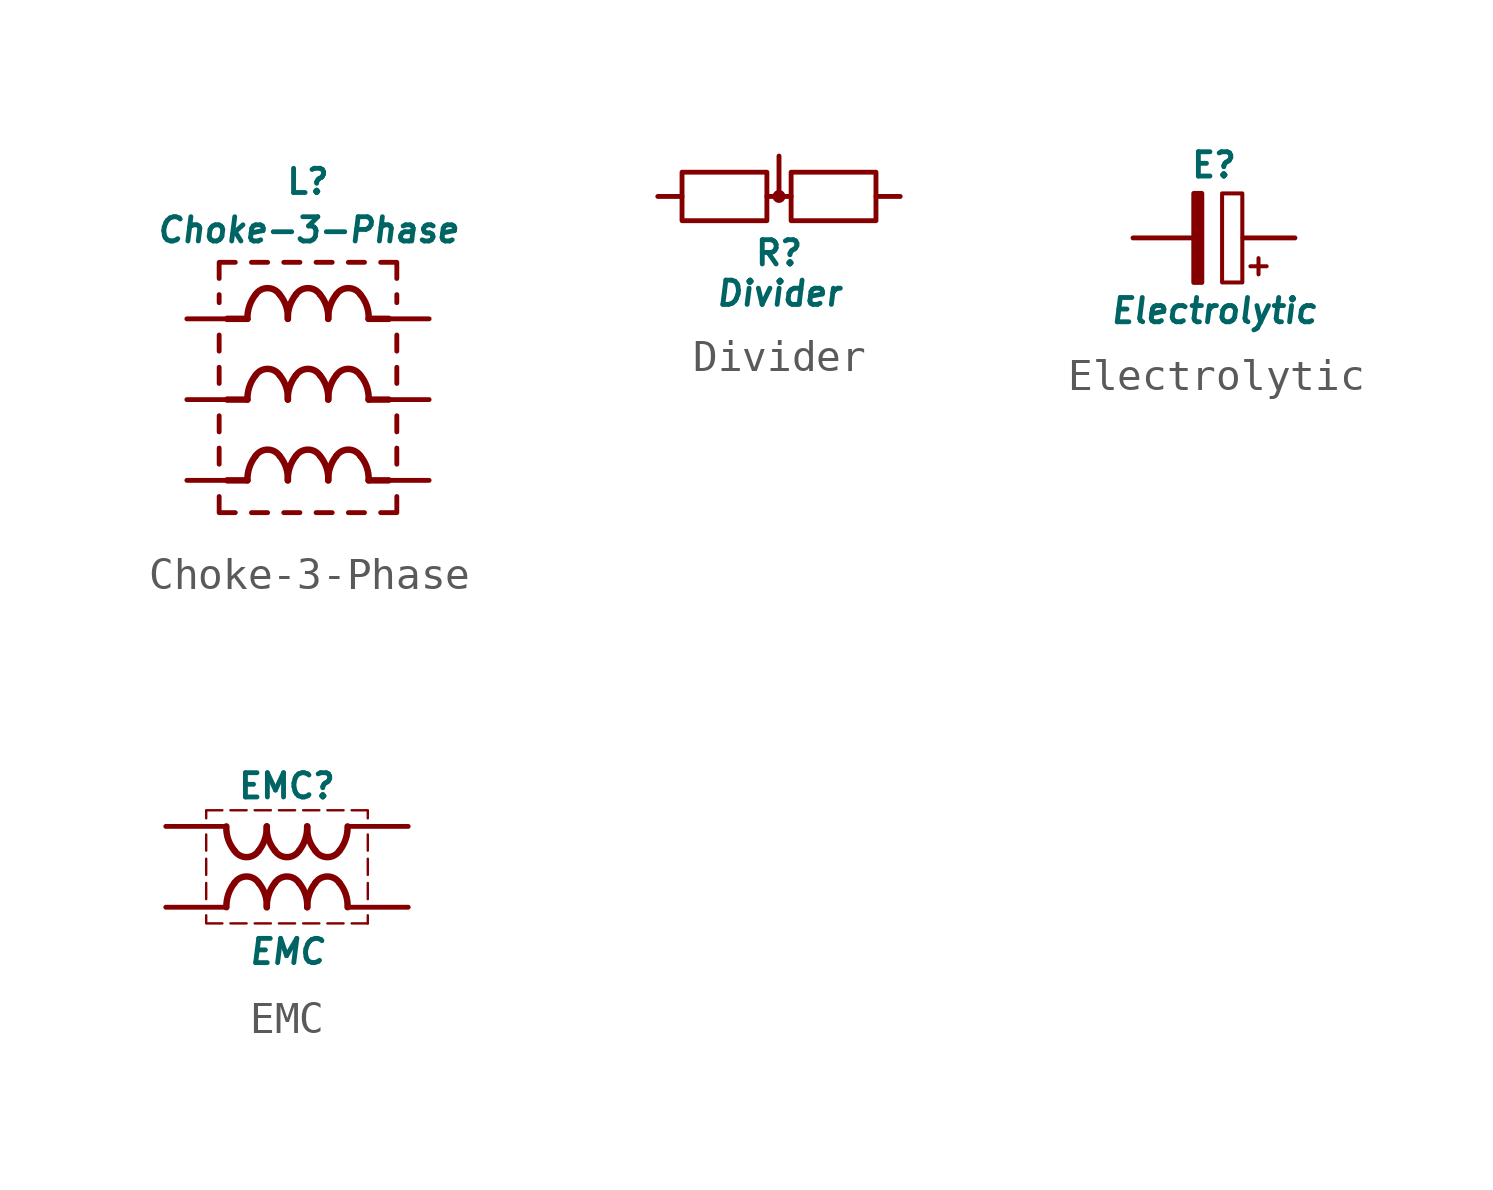
<source format=kicad_sym>
(kicad_symbol_lib
  (version 20220914)
  (generator kicad_symbol_editor)
  (symbol "Choke-3-Phase"
    (pin_numbers hide)
    (pin_names
      (offset 0) hide)
    (property "Reference" "L"
      (at 0 6.858 0)
      (effects (font (size 0.762 0.762))))
    (property "Value" "Choke-3-Phase"
      (at 0 5.334 0)
      (effects (font (size 0.762 0.762) italic)))
    (symbol "Choke-3-Phase_0_1"
      (arc (start -1.651 -1.778) (mid -1.844 -2.137) (end -1.905 -2.54) (stroke (width 0.2032) (type solid)) (fill (type none)))
      (arc (start -1.651 0.762) (mid -1.844 0.403) (end -1.905 0) (stroke (width 0.2032) (type solid)) (fill (type none)))
      (arc (start -1.651 3.302) (mid -1.844 2.943) (end -1.905 2.54) (stroke (width 0.2032) (type solid)) (fill (type none)))
      (arc (start -0.889 -1.778) (mid -1.27 -1.5741) (end -1.651 -1.778) (stroke (width 0.2032) (type solid)) (fill (type none)))
      (arc (start -0.889 0.762) (mid -1.27 0.9659) (end -1.651 0.762) (stroke (width 0.2032) (type solid)) (fill (type none)))
      (arc (start -0.889 3.302) (mid -1.27 3.5059) (end -1.651 3.302) (stroke (width 0.2032) (type solid)) (fill (type none)))
      (arc (start -0.635 -2.54) (mid -0.6913 -2.1354) (end -0.889 -1.778) (stroke (width 0.2032) (type solid)) (fill (type none)))
      (arc (start -0.635 0) (mid -0.6913 0.4046) (end -0.889 0.762) (stroke (width 0.2032) (type solid)) (fill (type none)))
      (arc (start -0.635 2.54) (mid -0.6913 2.9446) (end -0.889 3.302) (stroke (width 0.2032) (type solid)) (fill (type none)))
      (arc (start -0.381 -1.778) (mid -0.5741 -2.137) (end -0.635 -2.54) (stroke (width 0.2032) (type solid)) (fill (type none)))
      (arc (start -0.381 0.762) (mid -0.5741 0.403) (end -0.635 0) (stroke (width 0.2032) (type solid)) (fill (type none)))
      (arc (start -0.381 3.302) (mid -0.5741 2.943) (end -0.635 2.54) (stroke (width 0.2032) (type solid)) (fill (type none)))
      (polyline (pts (xy -2.794 -2.032) (xy -2.794 -1.524)) (stroke (width 0) (type default)) (fill (type none)))
      (polyline (pts (xy -2.794 -1.016) (xy -2.794 -0.508)) (stroke (width 0) (type default)) (fill (type none)))
      (polyline (pts (xy -2.794 0.508) (xy -2.794 1.016)) (stroke (width 0) (type default)) (fill (type none)))
      (polyline (pts (xy -2.794 1.524) (xy -2.794 2.032)) (stroke (width 0) (type default)) (fill (type none)))
      (polyline (pts (xy -2.794 3.048) (xy -2.794 3.302)) (stroke (width 0) (type default)) (fill (type none)))
      (polyline (pts (xy -1.778 -3.556) (xy -1.27 -3.556)) (stroke (width 0) (type default)) (fill (type none)))
      (polyline (pts (xy -1.27 4.318) (xy -1.778 4.318)) (stroke (width 0) (type default)) (fill (type none)))
      (polyline (pts (xy -0.762 -3.556) (xy -0.254 -3.556)) (stroke (width 0) (type default)) (fill (type none)))
      (polyline (pts (xy -0.254 4.318) (xy -0.762 4.318)) (stroke (width 0) (type default)) (fill (type none)))
      (polyline (pts (xy 0.254 -3.556) (xy 0.762 -3.556)) (stroke (width 0) (type default)) (fill (type none)))
      (polyline (pts (xy 0.762 4.318) (xy 0.254 4.318)) (stroke (width 0) (type default)) (fill (type none)))
      (polyline (pts (xy 1.27 -3.556) (xy 1.778 -3.556)) (stroke (width 0) (type default)) (fill (type none)))
      (polyline (pts (xy 1.778 4.318) (xy 1.27 4.318)) (stroke (width 0) (type default)) (fill (type none)))
      (polyline (pts (xy 2.794 -2.032) (xy 2.794 -1.524)) (stroke (width 0) (type default)) (fill (type none)))
      (polyline (pts (xy 2.794 -1.016) (xy 2.794 -0.508)) (stroke (width 0) (type default)) (fill (type none)))
      (polyline (pts (xy 2.794 0.508) (xy 2.794 1.016)) (stroke (width 0) (type default)) (fill (type none)))
      (polyline (pts (xy 2.794 1.524) (xy 2.794 2.032)) (stroke (width 0) (type default)) (fill (type none)))
      (polyline (pts (xy 2.794 3.048) (xy 2.794 3.302)) (stroke (width 0) (type default)) (fill (type none)))
      (polyline (pts (xy -2.794 3.81) (xy -2.794 4.318) (xy -2.286 4.318)) (stroke (width 0) (type default)) (fill (type none)))
      (polyline (pts (xy -2.286 -3.556) (xy -2.794 -3.556) (xy -2.794 -3.048)) (stroke (width 0) (type default)) (fill (type none)))
      (polyline (pts (xy 2.286 4.318) (xy 2.794 4.318) (xy 2.794 3.81)) (stroke (width 0) (type default)) (fill (type none)))
      (polyline (pts (xy 2.794 -3.048) (xy 2.794 -3.556) (xy 2.286 -3.556)) (stroke (width 0) (type default)) (fill (type none)))
      (arc (start 0.381 -1.778) (mid 0 -1.5741) (end -0.381 -1.778) (stroke (width 0.2032) (type solid)) (fill (type none)))
      (arc (start 0.381 0.762) (mid 0 0.9659) (end -0.381 0.762) (stroke (width 0.2032) (type solid)) (fill (type none)))
      (arc (start 0.381 3.302) (mid 0 3.5059) (end -0.381 3.302) (stroke (width 0.2032) (type solid)) (fill (type none)))
      (arc (start 0.635 -2.54) (mid 0.5787 -2.1354) (end 0.381 -1.778) (stroke (width 0.2032) (type solid)) (fill (type none)))
      (arc (start 0.635 0) (mid 0.5787 0.4046) (end 0.381 0.762) (stroke (width 0.2032) (type solid)) (fill (type none)))
      (arc (start 0.635 2.54) (mid 0.5787 2.9446) (end 0.381 3.302) (stroke (width 0.2032) (type solid)) (fill (type none)))
      (arc (start 0.889 -1.778) (mid 0.6959 -2.137) (end 0.635 -2.54) (stroke (width 0.2032) (type solid)) (fill (type none)))
      (arc (start 0.889 0.762) (mid 0.6959 0.403) (end 0.635 0) (stroke (width 0.2032) (type solid)) (fill (type none)))
      (arc (start 0.889 3.302) (mid 0.6959 2.943) (end 0.635 2.54) (stroke (width 0.2032) (type solid)) (fill (type none)))
      (arc (start 1.651 -1.778) (mid 1.27 -1.5741) (end 0.889 -1.778) (stroke (width 0.2032) (type solid)) (fill (type none)))
      (arc (start 1.651 0.762) (mid 1.27 0.9659) (end 0.889 0.762) (stroke (width 0.2032) (type solid)) (fill (type none)))
      (arc (start 1.651 3.302) (mid 1.27 3.5059) (end 0.889 3.302) (stroke (width 0.2032) (type solid)) (fill (type none)))
      (arc (start 1.905 -2.54) (mid 1.8488 -2.1354) (end 1.651 -1.778) (stroke (width 0.2032) (type solid)) (fill (type none)))
      (arc (start 1.905 0) (mid 1.8488 0.4046) (end 1.651 0.762) (stroke (width 0.2032) (type solid)) (fill (type none)))
      (arc (start 1.905 2.54) (mid 1.8488 2.9446) (end 1.651 3.302) (stroke (width 0.2032) (type solid)) (fill (type none))))
    (symbol "Choke-3-Phase_1_1"
      (polyline (pts (xy -1.905 -2.54) (xy -2.54 -2.54)) (stroke (width 0.203) (type default)) (fill (type none)))
      (polyline (pts (xy -1.905 0) (xy -2.54 0)) (stroke (width 0.203) (type default)) (fill (type none)))
      (polyline (pts (xy -1.905 2.54) (xy -2.54 2.54)) (stroke (width 0.203) (type default)) (fill (type none)))
      (polyline (pts (xy 2.54 -2.54) (xy 1.905 -2.54)) (stroke (width 0.203) (type default)) (fill (type none)))
      (polyline (pts (xy 2.54 0) (xy 1.905 0)) (stroke (width 0.203) (type default)) (fill (type none)))
      (polyline (pts (xy 2.54 2.54) (xy 1.905 2.54)) (stroke (width 0.203) (type default)) (fill (type none)))
      (pin passive line (at -3.81 2.54 0) (length 1.27) (name "L1P1" (effects (font (size 0.508 0.508)))) (number "1" (effects (font (size 0.508 0.508)))))
      (pin passive line (at 3.81 2.54 180) (length 1.27) (name "L1P2" (effects (font (size 0.508 0.508)))) (number "2" (effects (font (size 0.508 0.508)))))
      (pin passive line (at -3.81 0 0) (length 1.27) (name "L2P1" (effects (font (size 0.508 0.508)))) (number "3" (effects (font (size 0.508 0.508)))))
      (pin passive line (at 3.81 0 180) (length 1.27) (name "L2P2" (effects (font (size 0.508 0.508)))) (number "4" (effects (font (size 0.508 0.508)))))
      (pin passive line (at -3.81 -2.54 0) (length 1.27) (name "L3P1" (effects (font (size 0.508 0.508)))) (number "5" (effects (font (size 0.508 0.508)))))
      (pin passive line (at 3.81 -2.54 180) (length 1.27) (name "L3P2" (effects (font (size 0.508 0.508)))) (number "6" (effects (font (size 0.508 0.508)))))))
  (symbol "Divider"
    (pin_numbers hide)
    (pin_names
      (offset 0) hide)
    (property "Reference" "R"
      (at 0 -1.778 0)
      (effects (font (size 0.762 0.762))))
    (property "Value" "Divider"
      (at 0 -3.048 0)
      (effects (font (size 0.762 0.762) italic)))
    (symbol "Divider_0_1"
      (rectangle (start -3.048 0.762) (end -0.381 -0.762) (stroke (width 0) (type solid)) (fill (type none)))
      (polyline (pts (xy -0.381 0) (xy 0.381 0)) (stroke (width 0) (type solid)) (fill (type none)))
      (circle (center 0 0) (radius 0.127) (stroke (width 0) (type solid)) (fill (type none)))
      (rectangle (start 0.381 0.762) (end 3.048 -0.762) (stroke (width 0) (type solid)) (fill (type none))))
    (symbol "Divider_1_1"
      (pin passive line (at -3.81 0 0) (length 0.762) (name "1" (effects (font (size 0.508 0.508)))) (number "1" (effects (font (size 0.508 0.508)))))
      (pin passive line (at 0 1.27 270) (length 1.27) (name "2" (effects (font (size 0.508 0.508)))) (number "2" (effects (font (size 0.508 0.508)))))
      (pin passive line (at 3.81 0 180) (length 0.762) (name "3" (effects (font (size 0.508 0.508)))) (number "3" (effects (font (size 0.508 0.508)))))))
  (symbol "Electrolytic"
    (pin_numbers hide)
    (pin_names
      (offset 0) hide)
    (property "Reference" "E"
      (at 0 2.286 0)
      (effects (font (size 0.762 0.762))))
    (property "Value" "Electrolytic"
      (at 0 -2.286 0)
      (effects (font (size 0.762 0.762) italic)))
    (symbol "Electrolytic_0_1"
      (rectangle (start -0.635 1.397) (end -0.381 -1.397) (stroke (width 0) (type solid)) (fill (type outline)))
      (polyline (pts (xy 1.143 -0.889) (xy 1.651 -0.889)) (stroke (width 0.127) (type solid)) (fill (type none)))
      (polyline (pts (xy 1.397 -1.143) (xy 1.397 -0.635)) (stroke (width 0.127) (type solid)) (fill (type none)))
      (rectangle (start 0.254 1.397) (end 0.889 -1.397) (stroke (width 0.127) (type solid)) (fill (type none))))
    (symbol "Electrolytic_1_1"
      (pin passive line (at 2.54 0 180) (length 1.626) (name "1" (effects (font (size 0.508 0.508)))) (number "1" (effects (font (size 0.508 0.508)))))
      (pin passive line (at -2.54 0 0) (length 1.905) (name "2" (effects (font (size 0.508 0.508)))) (number "2" (effects (font (size 0.508 0.508)))))))
  (symbol "EMC"
    (pin_numbers hide)
    (pin_names
      (offset 0) hide)
    (property "Reference" "EMC"
      (at 0 2.54 0)
      (effects (font (size 0.762 0.762))))
    (property "Value" "EMC"
      (at 0 -2.667 0)
      (effects (font (size 0.762 0.762) italic)))
    (symbol "EMC_0_1"
      (arc (start -1.905 1.27) (mid -1.8487 0.8654) (end -1.651 0.508) (stroke (width 0.2032) (type solid)) (fill (type none)))
      (arc (start -1.651 -0.508) (mid -1.844 -0.867) (end -1.905 -1.27) (stroke (width 0.2032) (type solid)) (fill (type none)))
      (arc (start -1.651 0.508) (mid -1.27 0.3041) (end -0.889 0.508) (stroke (width 0.2032) (type solid)) (fill (type none)))
      (arc (start -0.889 -0.508) (mid -1.27 -0.3041) (end -1.651 -0.508) (stroke (width 0.2032) (type solid)) (fill (type none)))
      (arc (start -0.889 0.508) (mid -0.696 0.867) (end -0.635 1.27) (stroke (width 0.2032) (type solid)) (fill (type none)))
      (arc (start -0.635 -1.27) (mid -0.6913 -0.8654) (end -0.889 -0.508) (stroke (width 0.2032) (type solid)) (fill (type none)))
      (arc (start -0.635 1.27) (mid -0.5787 0.8654) (end -0.381 0.508) (stroke (width 0.2032) (type solid)) (fill (type none)))
      (arc (start -0.381 -0.508) (mid -0.574 -0.867) (end -0.635 -1.27) (stroke (width 0.2032) (type solid)) (fill (type none)))
      (arc (start -0.381 0.508) (mid 0 0.3041) (end 0.381 0.508) (stroke (width 0.2032) (type solid)) (fill (type none)))
      (polyline (pts (xy -2.54 -0.508) (xy -2.54 -1.016)) (stroke (width 0.076) (type solid)) (fill (type none)))
      (polyline (pts (xy -2.54 0.254) (xy -2.54 -0.254)) (stroke (width 0.076) (type solid)) (fill (type none)))
      (polyline (pts (xy -2.54 1.016) (xy -2.54 0.508)) (stroke (width 0.076) (type solid)) (fill (type none)))
      (polyline (pts (xy -1.778 -1.778) (xy -1.27 -1.778)) (stroke (width 0.076) (type solid)) (fill (type none)))
      (polyline (pts (xy -1.778 1.778) (xy -1.27 1.778)) (stroke (width 0.076) (type solid)) (fill (type none)))
      (polyline (pts (xy -1.016 -1.778) (xy -0.508 -1.778)) (stroke (width 0.076) (type solid)) (fill (type none)))
      (polyline (pts (xy -1.016 1.778) (xy -0.508 1.778)) (stroke (width 0.076) (type solid)) (fill (type none)))
      (polyline (pts (xy -0.254 -1.778) (xy 0.254 -1.778)) (stroke (width 0.076) (type solid)) (fill (type none)))
      (polyline (pts (xy -0.254 1.778) (xy 0.254 1.778)) (stroke (width 0.076) (type solid)) (fill (type none)))
      (polyline (pts (xy 0.508 -1.778) (xy 1.016 -1.778)) (stroke (width 0.076) (type solid)) (fill (type none)))
      (polyline (pts (xy 0.508 1.778) (xy 1.016 1.778)) (stroke (width 0.076) (type solid)) (fill (type none)))
      (polyline (pts (xy 1.27 -1.778) (xy 1.778 -1.778)) (stroke (width 0.076) (type solid)) (fill (type none)))
      (polyline (pts (xy 1.27 1.778) (xy 1.778 1.778)) (stroke (width 0.076) (type solid)) (fill (type none)))
      (polyline (pts (xy 2.032 -1.778) (xy 2.54 -1.778)) (stroke (width 0.076) (type solid)) (fill (type none)))
      (polyline (pts (xy 2.54 -1.778) (xy 2.54 -1.524)) (stroke (width 0.076) (type solid)) (fill (type none)))
      (polyline (pts (xy 2.54 -0.508) (xy 2.54 -1.016)) (stroke (width 0.076) (type solid)) (fill (type none)))
      (polyline (pts (xy 2.54 0.254) (xy 2.54 -0.254)) (stroke (width 0.076) (type solid)) (fill (type none)))
      (polyline (pts (xy 2.54 1.016) (xy 2.54 0.508)) (stroke (width 0.076) (type solid)) (fill (type none)))
      (polyline (pts (xy -2.54 -1.524) (xy -2.54 -1.778) (xy -2.032 -1.778)) (stroke (width 0.076) (type solid)) (fill (type none)))
      (polyline (pts (xy -2.54 1.524) (xy -2.54 1.778) (xy -2.032 1.778)) (stroke (width 0.076) (type solid)) (fill (type none)))
      (polyline (pts (xy 2.54 1.524) (xy 2.54 1.778) (xy 2.032 1.778)) (stroke (width 0.076) (type solid)) (fill (type none)))
      (arc (start 0.381 -0.508) (mid 0 -0.3041) (end -0.381 -0.508) (stroke (width 0.2032) (type solid)) (fill (type none)))
      (arc (start 0.381 0.508) (mid 0.574 0.867) (end 0.635 1.27) (stroke (width 0.2032) (type solid)) (fill (type none)))
      (arc (start 0.635 -1.27) (mid 0.5787 -0.8654) (end 0.381 -0.508) (stroke (width 0.2032) (type solid)) (fill (type none)))
      (arc (start 0.635 1.27) (mid 0.6913 0.8654) (end 0.889 0.508) (stroke (width 0.2032) (type solid)) (fill (type none)))
      (arc (start 0.889 -0.508) (mid 0.696 -0.867) (end 0.635 -1.27) (stroke (width 0.2032) (type solid)) (fill (type none)))
      (arc (start 0.889 0.508) (mid 1.27 0.3041) (end 1.651 0.508) (stroke (width 0.2032) (type solid)) (fill (type none)))
      (arc (start 1.651 -0.508) (mid 1.27 -0.3041) (end 0.889 -0.508) (stroke (width 0.2032) (type solid)) (fill (type none)))
      (arc (start 1.651 0.508) (mid 1.844 0.867) (end 1.905 1.27) (stroke (width 0.2032) (type solid)) (fill (type none)))
      (arc (start 1.905 -1.27) (mid 1.8487 -0.8654) (end 1.651 -0.508) (stroke (width 0.2032) (type solid)) (fill (type none))))
    (symbol "EMC_1_1"
      (pin passive line (at -3.81 1.27 0) (length 1.905) (name "1" (effects (font (size 0.508 0.508)))) (number "1" (effects (font (size 0.508 0.508)))))
      (pin passive line (at -3.81 -1.27 0) (length 1.905) (name "2" (effects (font (size 0.508 0.508)))) (number "2" (effects (font (size 0.508 0.508)))))
      (pin passive line (at 3.81 -1.27 180) (length 1.905) (name "3" (effects (font (size 0.508 0.508)))) (number "3" (effects (font (size 0.508 0.508)))))
      (pin passive line (at 3.81 1.27 180) (length 1.905) (name "4" (effects (font (size 0.508 0.508)))) (number "4" (effects (font (size 0.508 0.508))))))))
</source>
